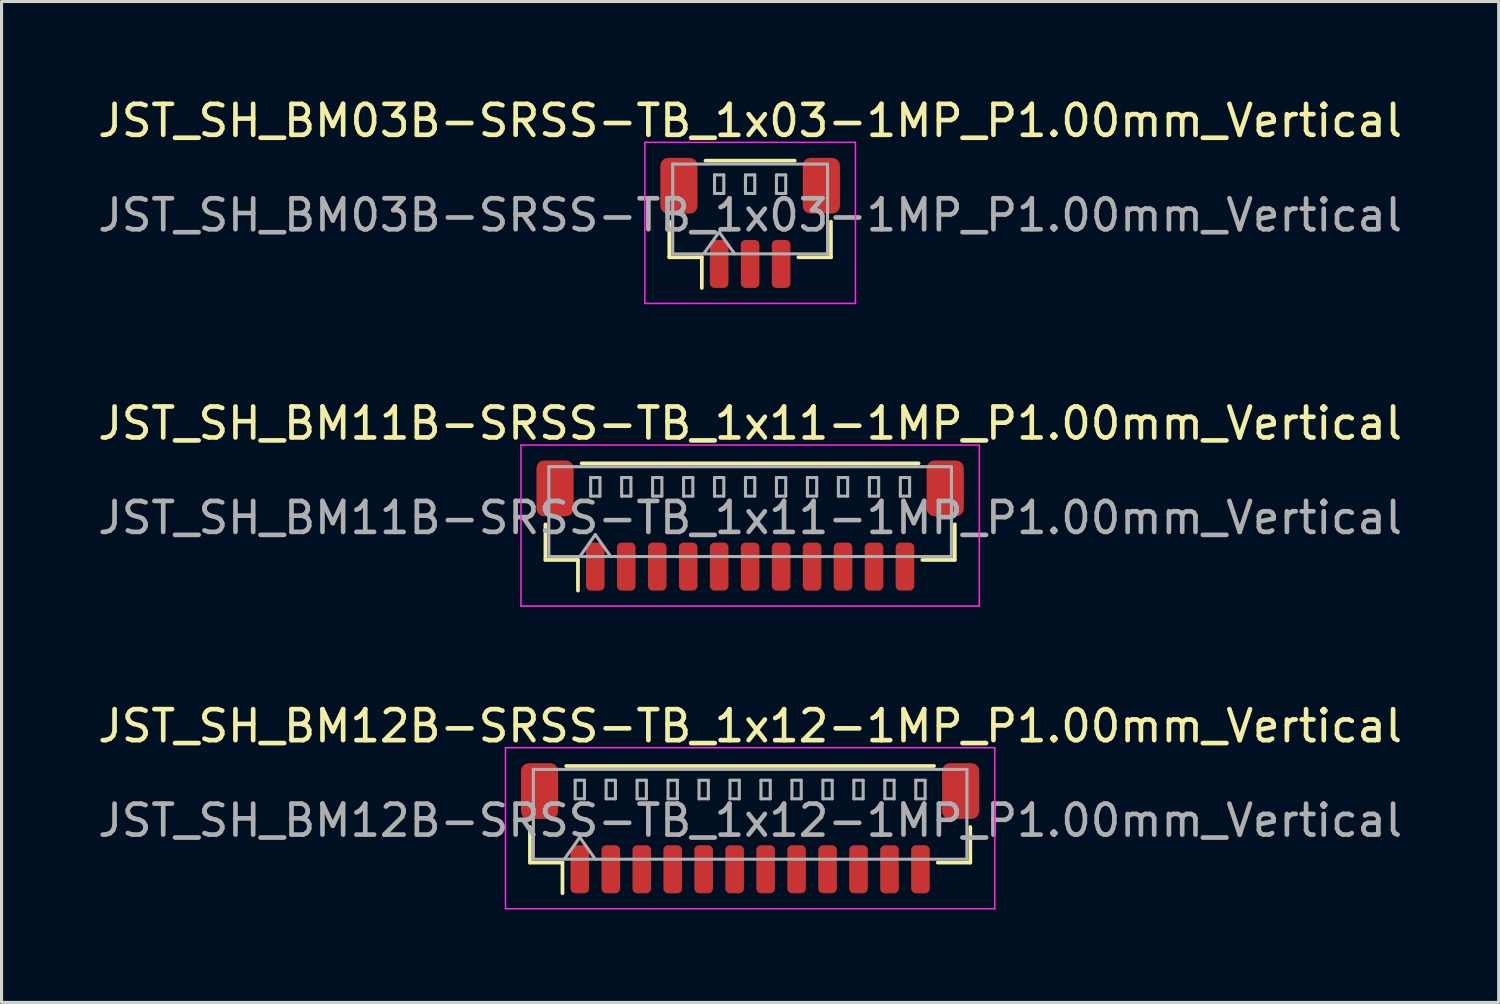
<source format=kicad_pcb>
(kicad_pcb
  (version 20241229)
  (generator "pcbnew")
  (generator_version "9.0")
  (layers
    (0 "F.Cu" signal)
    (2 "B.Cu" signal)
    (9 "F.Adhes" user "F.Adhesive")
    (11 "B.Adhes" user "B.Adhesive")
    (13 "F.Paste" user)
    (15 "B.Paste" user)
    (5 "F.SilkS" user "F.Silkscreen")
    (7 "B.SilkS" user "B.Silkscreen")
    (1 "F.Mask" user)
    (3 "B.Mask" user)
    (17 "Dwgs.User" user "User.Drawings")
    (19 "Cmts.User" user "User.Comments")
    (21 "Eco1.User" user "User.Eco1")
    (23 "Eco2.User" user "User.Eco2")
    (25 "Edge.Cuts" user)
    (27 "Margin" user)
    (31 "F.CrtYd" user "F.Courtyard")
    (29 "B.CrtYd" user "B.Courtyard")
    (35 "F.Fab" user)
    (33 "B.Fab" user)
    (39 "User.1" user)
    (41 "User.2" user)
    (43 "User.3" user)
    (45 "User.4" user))
  (footprint "JST_SH_BM11B-SRSS-TB_1x11-1MP_P1.00mm_Vertical"
    (layer "F.Cu")
    (at 21.173 13.921)
    (property "Reference" "JST_SH_BM11B-SRSS-TB_1x11-1MP_P1.00mm_Vertical" (at 0 -3.3 0) (layer "F.SilkS") (effects (font (size 1 1) (thickness 0.15))))
    (attr smd)
    (fp_line (start -6.61 -0.04) (end -6.61 1.11) (stroke (width 0.12) (type solid)) (layer "F.SilkS"))
    (fp_line (start -6.61 1.11) (end -5.56 1.11) (stroke (width 0.12) (type solid)) (layer "F.SilkS"))
    (fp_line (start -5.56 1.11) (end -5.56 2.1) (stroke (width 0.12) (type solid)) (layer "F.SilkS"))
    (fp_line (start -5.44 -2.01) (end 5.44 -2.01) (stroke (width 0.12) (type solid)) (layer "F.SilkS"))
    (fp_line (start 6.61 -0.04) (end 6.61 1.11) (stroke (width 0.12) (type solid)) (layer "F.SilkS"))
    (fp_line (start 6.61 1.11) (end 5.56 1.11) (stroke (width 0.12) (type solid)) (layer "F.SilkS"))
    (fp_line (start -7.4 -2.6) (end -7.4 2.6) (stroke (width 0.05) (type solid)) (layer "F.CrtYd"))
    (fp_line (start -7.4 2.6) (end 7.4 2.6) (stroke (width 0.05) (type solid)) (layer "F.CrtYd"))
    (fp_line (start 7.4 -2.6) (end -7.4 -2.6) (stroke (width 0.05) (type solid)) (layer "F.CrtYd"))
    (fp_line (start 7.4 2.6) (end 7.4 -2.6) (stroke (width 0.05) (type solid)) (layer "F.CrtYd"))
    (fp_line (start -6.5 -1.9) (end 6.5 -1.9) (stroke (width 0.1) (type solid)) (layer "F.Fab"))
    (fp_line (start -6.5 1) (end -6.5 -1.9) (stroke (width 0.1) (type solid)) (layer "F.Fab"))
    (fp_line (start -6.5 1) (end 6.5 1) (stroke (width 0.1) (type solid)) (layer "F.Fab"))
    (fp_line (start -5.5 1) (end -5 0.293) (stroke (width 0.1) (type solid)) (layer "F.Fab"))
    (fp_line (start -5.15 -1.55) (end -5.15 -0.95) (stroke (width 0.1) (type solid)) (layer "F.Fab"))
    (fp_line (start -5.15 -0.95) (end -4.85 -0.95) (stroke (width 0.1) (type solid)) (layer "F.Fab"))
    (fp_line (start -5 0.293) (end -4.5 1) (stroke (width 0.1) (type solid)) (layer "F.Fab"))
    (fp_line (start -4.85 -1.55) (end -5.15 -1.55) (stroke (width 0.1) (type solid)) (layer "F.Fab"))
    (fp_line (start -4.85 -0.95) (end -4.85 -1.55) (stroke (width 0.1) (type solid)) (layer "F.Fab"))
    (fp_line (start -4.15 -1.55) (end -4.15 -0.95) (stroke (width 0.1) (type solid)) (layer "F.Fab"))
    (fp_line (start -4.15 -0.95) (end -3.85 -0.95) (stroke (width 0.1) (type solid)) (layer "F.Fab"))
    (fp_line (start -3.85 -1.55) (end -4.15 -1.55) (stroke (width 0.1) (type solid)) (layer "F.Fab"))
    (fp_line (start -3.85 -0.95) (end -3.85 -1.55) (stroke (width 0.1) (type solid)) (layer "F.Fab"))
    (fp_line (start -3.15 -1.55) (end -3.15 -0.95) (stroke (width 0.1) (type solid)) (layer "F.Fab"))
    (fp_line (start -3.15 -0.95) (end -2.85 -0.95) (stroke (width 0.1) (type solid)) (layer "F.Fab"))
    (fp_line (start -2.85 -1.55) (end -3.15 -1.55) (stroke (width 0.1) (type solid)) (layer "F.Fab"))
    (fp_line (start -2.85 -0.95) (end -2.85 -1.55) (stroke (width 0.1) (type solid)) (layer "F.Fab"))
    (fp_line (start -2.15 -1.55) (end -2.15 -0.95) (stroke (width 0.1) (type solid)) (layer "F.Fab"))
    (fp_line (start -2.15 -0.95) (end -1.85 -0.95) (stroke (width 0.1) (type solid)) (layer "F.Fab"))
    (fp_line (start -1.85 -1.55) (end -2.15 -1.55) (stroke (width 0.1) (type solid)) (layer "F.Fab"))
    (fp_line (start -1.85 -0.95) (end -1.85 -1.55) (stroke (width 0.1) (type solid)) (layer "F.Fab"))
    (fp_line (start -1.15 -1.55) (end -1.15 -0.95) (stroke (width 0.1) (type solid)) (layer "F.Fab"))
    (fp_line (start -1.15 -0.95) (end -0.85 -0.95) (stroke (width 0.1) (type solid)) (layer "F.Fab"))
    (fp_line (start -0.85 -1.55) (end -1.15 -1.55) (stroke (width 0.1) (type solid)) (layer "F.Fab"))
    (fp_line (start -0.85 -0.95) (end -0.85 -1.55) (stroke (width 0.1) (type solid)) (layer "F.Fab"))
    (fp_line (start -0.15 -1.55) (end -0.15 -0.95) (stroke (width 0.1) (type solid)) (layer "F.Fab"))
    (fp_line (start -0.15 -0.95) (end 0.15 -0.95) (stroke (width 0.1) (type solid)) (layer "F.Fab"))
    (fp_line (start 0.15 -1.55) (end -0.15 -1.55) (stroke (width 0.1) (type solid)) (layer "F.Fab"))
    (fp_line (start 0.15 -0.95) (end 0.15 -1.55) (stroke (width 0.1) (type solid)) (layer "F.Fab"))
    (fp_line (start 0.85 -1.55) (end 0.85 -0.95) (stroke (width 0.1) (type solid)) (layer "F.Fab"))
    (fp_line (start 0.85 -0.95) (end 1.15 -0.95) (stroke (width 0.1) (type solid)) (layer "F.Fab"))
    (fp_line (start 1.15 -1.55) (end 0.85 -1.55) (stroke (width 0.1) (type solid)) (layer "F.Fab"))
    (fp_line (start 1.15 -0.95) (end 1.15 -1.55) (stroke (width 0.1) (type solid)) (layer "F.Fab"))
    (fp_line (start 1.85 -1.55) (end 1.85 -0.95) (stroke (width 0.1) (type solid)) (layer "F.Fab"))
    (fp_line (start 1.85 -0.95) (end 2.15 -0.95) (stroke (width 0.1) (type solid)) (layer "F.Fab"))
    (fp_line (start 2.15 -1.55) (end 1.85 -1.55) (stroke (width 0.1) (type solid)) (layer "F.Fab"))
    (fp_line (start 2.15 -0.95) (end 2.15 -1.55) (stroke (width 0.1) (type solid)) (layer "F.Fab"))
    (fp_line (start 2.85 -1.55) (end 2.85 -0.95) (stroke (width 0.1) (type solid)) (layer "F.Fab"))
    (fp_line (start 2.85 -0.95) (end 3.15 -0.95) (stroke (width 0.1) (type solid)) (layer "F.Fab"))
    (fp_line (start 3.15 -1.55) (end 2.85 -1.55) (stroke (width 0.1) (type solid)) (layer "F.Fab"))
    (fp_line (start 3.15 -0.95) (end 3.15 -1.55) (stroke (width 0.1) (type solid)) (layer "F.Fab"))
    (fp_line (start 3.85 -1.55) (end 3.85 -0.95) (stroke (width 0.1) (type solid)) (layer "F.Fab"))
    (fp_line (start 3.85 -0.95) (end 4.15 -0.95) (stroke (width 0.1) (type solid)) (layer "F.Fab"))
    (fp_line (start 4.15 -1.55) (end 3.85 -1.55) (stroke (width 0.1) (type solid)) (layer "F.Fab"))
    (fp_line (start 4.15 -0.95) (end 4.15 -1.55) (stroke (width 0.1) (type solid)) (layer "F.Fab"))
    (fp_line (start 4.85 -1.55) (end 4.85 -0.95) (stroke (width 0.1) (type solid)) (layer "F.Fab"))
    (fp_line (start 4.85 -0.95) (end 5.15 -0.95) (stroke (width 0.1) (type solid)) (layer "F.Fab"))
    (fp_line (start 5.15 -1.55) (end 4.85 -1.55) (stroke (width 0.1) (type solid)) (layer "F.Fab"))
    (fp_line (start 5.15 -0.95) (end 5.15 -1.55) (stroke (width 0.1) (type solid)) (layer "F.Fab"))
    (fp_line (start 6.5 1) (end 6.5 -1.9) (stroke (width 0.1) (type solid)) (layer "F.Fab"))
    (fp_text user "${REFERENCE}" (at 0 -0.25 0) (layer "F.Fab") (effects (font (size 1 1) (thickness 0.15))))
    (pad "1" smd roundrect (at -5 1.325) (size 0.6 1.55) (layers "F.Cu" "F.Mask" "F.Paste") (roundrect_rratio 0.25))
    (pad "2" smd roundrect (at -4 1.325) (size 0.6 1.55) (layers "F.Cu" "F.Mask" "F.Paste") (roundrect_rratio 0.25))
    (pad "3" smd roundrect (at -3 1.325) (size 0.6 1.55) (layers "F.Cu" "F.Mask" "F.Paste") (roundrect_rratio 0.25))
    (pad "4" smd roundrect (at -2 1.325) (size 0.6 1.55) (layers "F.Cu" "F.Mask" "F.Paste") (roundrect_rratio 0.25))
    (pad "5" smd roundrect (at -1 1.325) (size 0.6 1.55) (layers "F.Cu" "F.Mask" "F.Paste") (roundrect_rratio 0.25))
    (pad "6" smd roundrect (at 0 1.325) (size 0.6 1.55) (layers "F.Cu" "F.Mask" "F.Paste") (roundrect_rratio 0.25))
    (pad "7" smd roundrect (at 1 1.325) (size 0.6 1.55) (layers "F.Cu" "F.Mask" "F.Paste") (roundrect_rratio 0.25))
    (pad "8" smd roundrect (at 2 1.325) (size 0.6 1.55) (layers "F.Cu" "F.Mask" "F.Paste") (roundrect_rratio 0.25))
    (pad "9" smd roundrect (at 3 1.325) (size 0.6 1.55) (layers "F.Cu" "F.Mask" "F.Paste") (roundrect_rratio 0.25))
    (pad "10" smd roundrect (at 4 1.325) (size 0.6 1.55) (layers "F.Cu" "F.Mask" "F.Paste") (roundrect_rratio 0.25))
    (pad "11" smd roundrect (at 5 1.325) (size 0.6 1.55) (layers "F.Cu" "F.Mask" "F.Paste") (roundrect_rratio 0.25))
    (pad "MP" smd roundrect (at -6.3 -1.2) (size 1.2 1.8) (layers "F.Cu" "F.Mask" "F.Paste") (roundrect_rratio 0.208))
    (pad "MP" smd roundrect (at 6.3 -1.2) (size 1.2 1.8) (layers "F.Cu" "F.Mask" "F.Paste") (roundrect_rratio 0.208)))
  (footprint "JST_SH_BM12B-SRSS-TB_1x12-1MP_P1.00mm_Vertical"
    (layer "F.Cu")
    (at 21.173 23.695)
    (property "Reference" "JST_SH_BM12B-SRSS-TB_1x12-1MP_P1.00mm_Vertical" (at 0 -3.3 0) (layer "F.SilkS") (effects (font (size 1 1) (thickness 0.15))))
    (attr smd)
    (fp_line (start -7.11 -0.04) (end -7.11 1.11) (stroke (width 0.12) (type solid)) (layer "F.SilkS"))
    (fp_line (start -7.11 1.11) (end -6.06 1.11) (stroke (width 0.12) (type solid)) (layer "F.SilkS"))
    (fp_line (start -6.06 1.11) (end -6.06 2.1) (stroke (width 0.12) (type solid)) (layer "F.SilkS"))
    (fp_line (start -5.94 -2.01) (end 5.94 -2.01) (stroke (width 0.12) (type solid)) (layer "F.SilkS"))
    (fp_line (start 7.11 -0.04) (end 7.11 1.11) (stroke (width 0.12) (type solid)) (layer "F.SilkS"))
    (fp_line (start 7.11 1.11) (end 6.06 1.11) (stroke (width 0.12) (type solid)) (layer "F.SilkS"))
    (fp_line (start -7.9 -2.6) (end -7.9 2.6) (stroke (width 0.05) (type solid)) (layer "F.CrtYd"))
    (fp_line (start -7.9 2.6) (end 7.9 2.6) (stroke (width 0.05) (type solid)) (layer "F.CrtYd"))
    (fp_line (start 7.9 -2.6) (end -7.9 -2.6) (stroke (width 0.05) (type solid)) (layer "F.CrtYd"))
    (fp_line (start 7.9 2.6) (end 7.9 -2.6) (stroke (width 0.05) (type solid)) (layer "F.CrtYd"))
    (fp_line (start -7 -1.9) (end 7 -1.9) (stroke (width 0.1) (type solid)) (layer "F.Fab"))
    (fp_line (start -7 1) (end -7 -1.9) (stroke (width 0.1) (type solid)) (layer "F.Fab"))
    (fp_line (start -7 1) (end 7 1) (stroke (width 0.1) (type solid)) (layer "F.Fab"))
    (fp_line (start -6 1) (end -5.5 0.293) (stroke (width 0.1) (type solid)) (layer "F.Fab"))
    (fp_line (start -5.65 -1.55) (end -5.65 -0.95) (stroke (width 0.1) (type solid)) (layer "F.Fab"))
    (fp_line (start -5.65 -0.95) (end -5.35 -0.95) (stroke (width 0.1) (type solid)) (layer "F.Fab"))
    (fp_line (start -5.5 0.293) (end -5 1) (stroke (width 0.1) (type solid)) (layer "F.Fab"))
    (fp_line (start -5.35 -1.55) (end -5.65 -1.55) (stroke (width 0.1) (type solid)) (layer "F.Fab"))
    (fp_line (start -5.35 -0.95) (end -5.35 -1.55) (stroke (width 0.1) (type solid)) (layer "F.Fab"))
    (fp_line (start -4.65 -1.55) (end -4.65 -0.95) (stroke (width 0.1) (type solid)) (layer "F.Fab"))
    (fp_line (start -4.65 -0.95) (end -4.35 -0.95) (stroke (width 0.1) (type solid)) (layer "F.Fab"))
    (fp_line (start -4.35 -1.55) (end -4.65 -1.55) (stroke (width 0.1) (type solid)) (layer "F.Fab"))
    (fp_line (start -4.35 -0.95) (end -4.35 -1.55) (stroke (width 0.1) (type solid)) (layer "F.Fab"))
    (fp_line (start -3.65 -1.55) (end -3.65 -0.95) (stroke (width 0.1) (type solid)) (layer "F.Fab"))
    (fp_line (start -3.65 -0.95) (end -3.35 -0.95) (stroke (width 0.1) (type solid)) (layer "F.Fab"))
    (fp_line (start -3.35 -1.55) (end -3.65 -1.55) (stroke (width 0.1) (type solid)) (layer "F.Fab"))
    (fp_line (start -3.35 -0.95) (end -3.35 -1.55) (stroke (width 0.1) (type solid)) (layer "F.Fab"))
    (fp_line (start -2.65 -1.55) (end -2.65 -0.95) (stroke (width 0.1) (type solid)) (layer "F.Fab"))
    (fp_line (start -2.65 -0.95) (end -2.35 -0.95) (stroke (width 0.1) (type solid)) (layer "F.Fab"))
    (fp_line (start -2.35 -1.55) (end -2.65 -1.55) (stroke (width 0.1) (type solid)) (layer "F.Fab"))
    (fp_line (start -2.35 -0.95) (end -2.35 -1.55) (stroke (width 0.1) (type solid)) (layer "F.Fab"))
    (fp_line (start -1.65 -1.55) (end -1.65 -0.95) (stroke (width 0.1) (type solid)) (layer "F.Fab"))
    (fp_line (start -1.65 -0.95) (end -1.35 -0.95) (stroke (width 0.1) (type solid)) (layer "F.Fab"))
    (fp_line (start -1.35 -1.55) (end -1.65 -1.55) (stroke (width 0.1) (type solid)) (layer "F.Fab"))
    (fp_line (start -1.35 -0.95) (end -1.35 -1.55) (stroke (width 0.1) (type solid)) (layer "F.Fab"))
    (fp_line (start -0.65 -1.55) (end -0.65 -0.95) (stroke (width 0.1) (type solid)) (layer "F.Fab"))
    (fp_line (start -0.65 -0.95) (end -0.35 -0.95) (stroke (width 0.1) (type solid)) (layer "F.Fab"))
    (fp_line (start -0.35 -1.55) (end -0.65 -1.55) (stroke (width 0.1) (type solid)) (layer "F.Fab"))
    (fp_line (start -0.35 -0.95) (end -0.35 -1.55) (stroke (width 0.1) (type solid)) (layer "F.Fab"))
    (fp_line (start 0.35 -1.55) (end 0.35 -0.95) (stroke (width 0.1) (type solid)) (layer "F.Fab"))
    (fp_line (start 0.35 -0.95) (end 0.65 -0.95) (stroke (width 0.1) (type solid)) (layer "F.Fab"))
    (fp_line (start 0.65 -1.55) (end 0.35 -1.55) (stroke (width 0.1) (type solid)) (layer "F.Fab"))
    (fp_line (start 0.65 -0.95) (end 0.65 -1.55) (stroke (width 0.1) (type solid)) (layer "F.Fab"))
    (fp_line (start 1.35 -1.55) (end 1.35 -0.95) (stroke (width 0.1) (type solid)) (layer "F.Fab"))
    (fp_line (start 1.35 -0.95) (end 1.65 -0.95) (stroke (width 0.1) (type solid)) (layer "F.Fab"))
    (fp_line (start 1.65 -1.55) (end 1.35 -1.55) (stroke (width 0.1) (type solid)) (layer "F.Fab"))
    (fp_line (start 1.65 -0.95) (end 1.65 -1.55) (stroke (width 0.1) (type solid)) (layer "F.Fab"))
    (fp_line (start 2.35 -1.55) (end 2.35 -0.95) (stroke (width 0.1) (type solid)) (layer "F.Fab"))
    (fp_line (start 2.35 -0.95) (end 2.65 -0.95) (stroke (width 0.1) (type solid)) (layer "F.Fab"))
    (fp_line (start 2.65 -1.55) (end 2.35 -1.55) (stroke (width 0.1) (type solid)) (layer "F.Fab"))
    (fp_line (start 2.65 -0.95) (end 2.65 -1.55) (stroke (width 0.1) (type solid)) (layer "F.Fab"))
    (fp_line (start 3.35 -1.55) (end 3.35 -0.95) (stroke (width 0.1) (type solid)) (layer "F.Fab"))
    (fp_line (start 3.35 -0.95) (end 3.65 -0.95) (stroke (width 0.1) (type solid)) (layer "F.Fab"))
    (fp_line (start 3.65 -1.55) (end 3.35 -1.55) (stroke (width 0.1) (type solid)) (layer "F.Fab"))
    (fp_line (start 3.65 -0.95) (end 3.65 -1.55) (stroke (width 0.1) (type solid)) (layer "F.Fab"))
    (fp_line (start 4.35 -1.55) (end 4.35 -0.95) (stroke (width 0.1) (type solid)) (layer "F.Fab"))
    (fp_line (start 4.35 -0.95) (end 4.65 -0.95) (stroke (width 0.1) (type solid)) (layer "F.Fab"))
    (fp_line (start 4.65 -1.55) (end 4.35 -1.55) (stroke (width 0.1) (type solid)) (layer "F.Fab"))
    (fp_line (start 4.65 -0.95) (end 4.65 -1.55) (stroke (width 0.1) (type solid)) (layer "F.Fab"))
    (fp_line (start 5.35 -1.55) (end 5.35 -0.95) (stroke (width 0.1) (type solid)) (layer "F.Fab"))
    (fp_line (start 5.35 -0.95) (end 5.65 -0.95) (stroke (width 0.1) (type solid)) (layer "F.Fab"))
    (fp_line (start 5.65 -1.55) (end 5.35 -1.55) (stroke (width 0.1) (type solid)) (layer "F.Fab"))
    (fp_line (start 5.65 -0.95) (end 5.65 -1.55) (stroke (width 0.1) (type solid)) (layer "F.Fab"))
    (fp_line (start 7 1) (end 7 -1.9) (stroke (width 0.1) (type solid)) (layer "F.Fab"))
    (fp_text user "${REFERENCE}" (at 0 -0.25 0) (layer "F.Fab") (effects (font (size 1 1) (thickness 0.15))))
    (pad "1" smd roundrect (at -5.5 1.325) (size 0.6 1.55) (layers "F.Cu" "F.Mask" "F.Paste") (roundrect_rratio 0.25))
    (pad "2" smd roundrect (at -4.5 1.325) (size 0.6 1.55) (layers "F.Cu" "F.Mask" "F.Paste") (roundrect_rratio 0.25))
    (pad "3" smd roundrect (at -3.5 1.325) (size 0.6 1.55) (layers "F.Cu" "F.Mask" "F.Paste") (roundrect_rratio 0.25))
    (pad "4" smd roundrect (at -2.5 1.325) (size 0.6 1.55) (layers "F.Cu" "F.Mask" "F.Paste") (roundrect_rratio 0.25))
    (pad "5" smd roundrect (at -1.5 1.325) (size 0.6 1.55) (layers "F.Cu" "F.Mask" "F.Paste") (roundrect_rratio 0.25))
    (pad "6" smd roundrect (at -0.5 1.325) (size 0.6 1.55) (layers "F.Cu" "F.Mask" "F.Paste") (roundrect_rratio 0.25))
    (pad "7" smd roundrect (at 0.5 1.325) (size 0.6 1.55) (layers "F.Cu" "F.Mask" "F.Paste") (roundrect_rratio 0.25))
    (pad "8" smd roundrect (at 1.5 1.325) (size 0.6 1.55) (layers "F.Cu" "F.Mask" "F.Paste") (roundrect_rratio 0.25))
    (pad "9" smd roundrect (at 2.5 1.325) (size 0.6 1.55) (layers "F.Cu" "F.Mask" "F.Paste") (roundrect_rratio 0.25))
    (pad "10" smd roundrect (at 3.5 1.325) (size 0.6 1.55) (layers "F.Cu" "F.Mask" "F.Paste") (roundrect_rratio 0.25))
    (pad "11" smd roundrect (at 4.5 1.325) (size 0.6 1.55) (layers "F.Cu" "F.Mask" "F.Paste") (roundrect_rratio 0.25))
    (pad "12" smd roundrect (at 5.5 1.325) (size 0.6 1.55) (layers "F.Cu" "F.Mask" "F.Paste") (roundrect_rratio 0.25))
    (pad "MP" smd roundrect (at -6.8 -1.2) (size 1.2 1.8) (layers "F.Cu" "F.Mask" "F.Paste") (roundrect_rratio 0.208))
    (pad "MP" smd roundrect (at 6.8 -1.2) (size 1.2 1.8) (layers "F.Cu" "F.Mask" "F.Paste") (roundrect_rratio 0.208)))
  (footprint "JST_SH_BM03B-SRSS-TB_1x03-1MP_P1.00mm_Vertical"
    (layer "F.Cu")
    (at 21.173 4.148)
    (property "Reference" "JST_SH_BM03B-SRSS-TB_1x03-1MP_P1.00mm_Vertical" (at 0 -3.3 0) (layer "F.SilkS") (effects (font (size 1 1) (thickness 0.15))))
    (attr smd)
    (fp_line (start -2.61 -0.04) (end -2.61 1.11) (stroke (width 0.12) (type solid)) (layer "F.SilkS"))
    (fp_line (start -2.61 1.11) (end -1.56 1.11) (stroke (width 0.12) (type solid)) (layer "F.SilkS"))
    (fp_line (start -1.56 1.11) (end -1.56 2.1) (stroke (width 0.12) (type solid)) (layer "F.SilkS"))
    (fp_line (start -1.44 -2.01) (end 1.44 -2.01) (stroke (width 0.12) (type solid)) (layer "F.SilkS"))
    (fp_line (start 2.61 -0.04) (end 2.61 1.11) (stroke (width 0.12) (type solid)) (layer "F.SilkS"))
    (fp_line (start 2.61 1.11) (end 1.56 1.11) (stroke (width 0.12) (type solid)) (layer "F.SilkS"))
    (fp_line (start -3.4 -2.6) (end -3.4 2.6) (stroke (width 0.05) (type solid)) (layer "F.CrtYd"))
    (fp_line (start -3.4 2.6) (end 3.4 2.6) (stroke (width 0.05) (type solid)) (layer "F.CrtYd"))
    (fp_line (start 3.4 -2.6) (end -3.4 -2.6) (stroke (width 0.05) (type solid)) (layer "F.CrtYd"))
    (fp_line (start 3.4 2.6) (end 3.4 -2.6) (stroke (width 0.05) (type solid)) (layer "F.CrtYd"))
    (fp_line (start -2.5 -1.9) (end 2.5 -1.9) (stroke (width 0.1) (type solid)) (layer "F.Fab"))
    (fp_line (start -2.5 1) (end -2.5 -1.9) (stroke (width 0.1) (type solid)) (layer "F.Fab"))
    (fp_line (start -2.5 1) (end 2.5 1) (stroke (width 0.1) (type solid)) (layer "F.Fab"))
    (fp_line (start -1.5 1) (end -1 0.293) (stroke (width 0.1) (type solid)) (layer "F.Fab"))
    (fp_line (start -1.15 -1.55) (end -1.15 -0.95) (stroke (width 0.1) (type solid)) (layer "F.Fab"))
    (fp_line (start -1.15 -0.95) (end -0.85 -0.95) (stroke (width 0.1) (type solid)) (layer "F.Fab"))
    (fp_line (start -1 0.293) (end -0.5 1) (stroke (width 0.1) (type solid)) (layer "F.Fab"))
    (fp_line (start -0.85 -1.55) (end -1.15 -1.55) (stroke (width 0.1) (type solid)) (layer "F.Fab"))
    (fp_line (start -0.85 -0.95) (end -0.85 -1.55) (stroke (width 0.1) (type solid)) (layer "F.Fab"))
    (fp_line (start -0.15 -1.55) (end -0.15 -0.95) (stroke (width 0.1) (type solid)) (layer "F.Fab"))
    (fp_line (start -0.15 -0.95) (end 0.15 -0.95) (stroke (width 0.1) (type solid)) (layer "F.Fab"))
    (fp_line (start 0.15 -1.55) (end -0.15 -1.55) (stroke (width 0.1) (type solid)) (layer "F.Fab"))
    (fp_line (start 0.15 -0.95) (end 0.15 -1.55) (stroke (width 0.1) (type solid)) (layer "F.Fab"))
    (fp_line (start 0.85 -1.55) (end 0.85 -0.95) (stroke (width 0.1) (type solid)) (layer "F.Fab"))
    (fp_line (start 0.85 -0.95) (end 1.15 -0.95) (stroke (width 0.1) (type solid)) (layer "F.Fab"))
    (fp_line (start 1.15 -1.55) (end 0.85 -1.55) (stroke (width 0.1) (type solid)) (layer "F.Fab"))
    (fp_line (start 1.15 -0.95) (end 1.15 -1.55) (stroke (width 0.1) (type solid)) (layer "F.Fab"))
    (fp_line (start 2.5 1) (end 2.5 -1.9) (stroke (width 0.1) (type solid)) (layer "F.Fab"))
    (fp_text user "${REFERENCE}" (at 0 -0.25 0) (layer "F.Fab") (effects (font (size 1 1) (thickness 0.15))))
    (pad "1" smd roundrect (at -1 1.325) (size 0.6 1.55) (layers "F.Cu" "F.Mask" "F.Paste") (roundrect_rratio 0.25))
    (pad "2" smd roundrect (at 0 1.325) (size 0.6 1.55) (layers "F.Cu" "F.Mask" "F.Paste") (roundrect_rratio 0.25))
    (pad "3" smd roundrect (at 1 1.325) (size 0.6 1.55) (layers "F.Cu" "F.Mask" "F.Paste") (roundrect_rratio 0.25))
    (pad "MP" smd roundrect (at -2.3 -1.2) (size 1.2 1.8) (layers "F.Cu" "F.Mask" "F.Paste") (roundrect_rratio 0.208))
    (pad "MP" smd roundrect (at 2.3 -1.2) (size 1.2 1.8) (layers "F.Cu" "F.Mask" "F.Paste") (roundrect_rratio 0.208)))
  (gr_rect
    (start -3 -3)
    (end 45.345 29.32)
    (stroke (width 0.1) (type default))
    (fill no)
    (layer "Edge.Cuts")))
</source>
